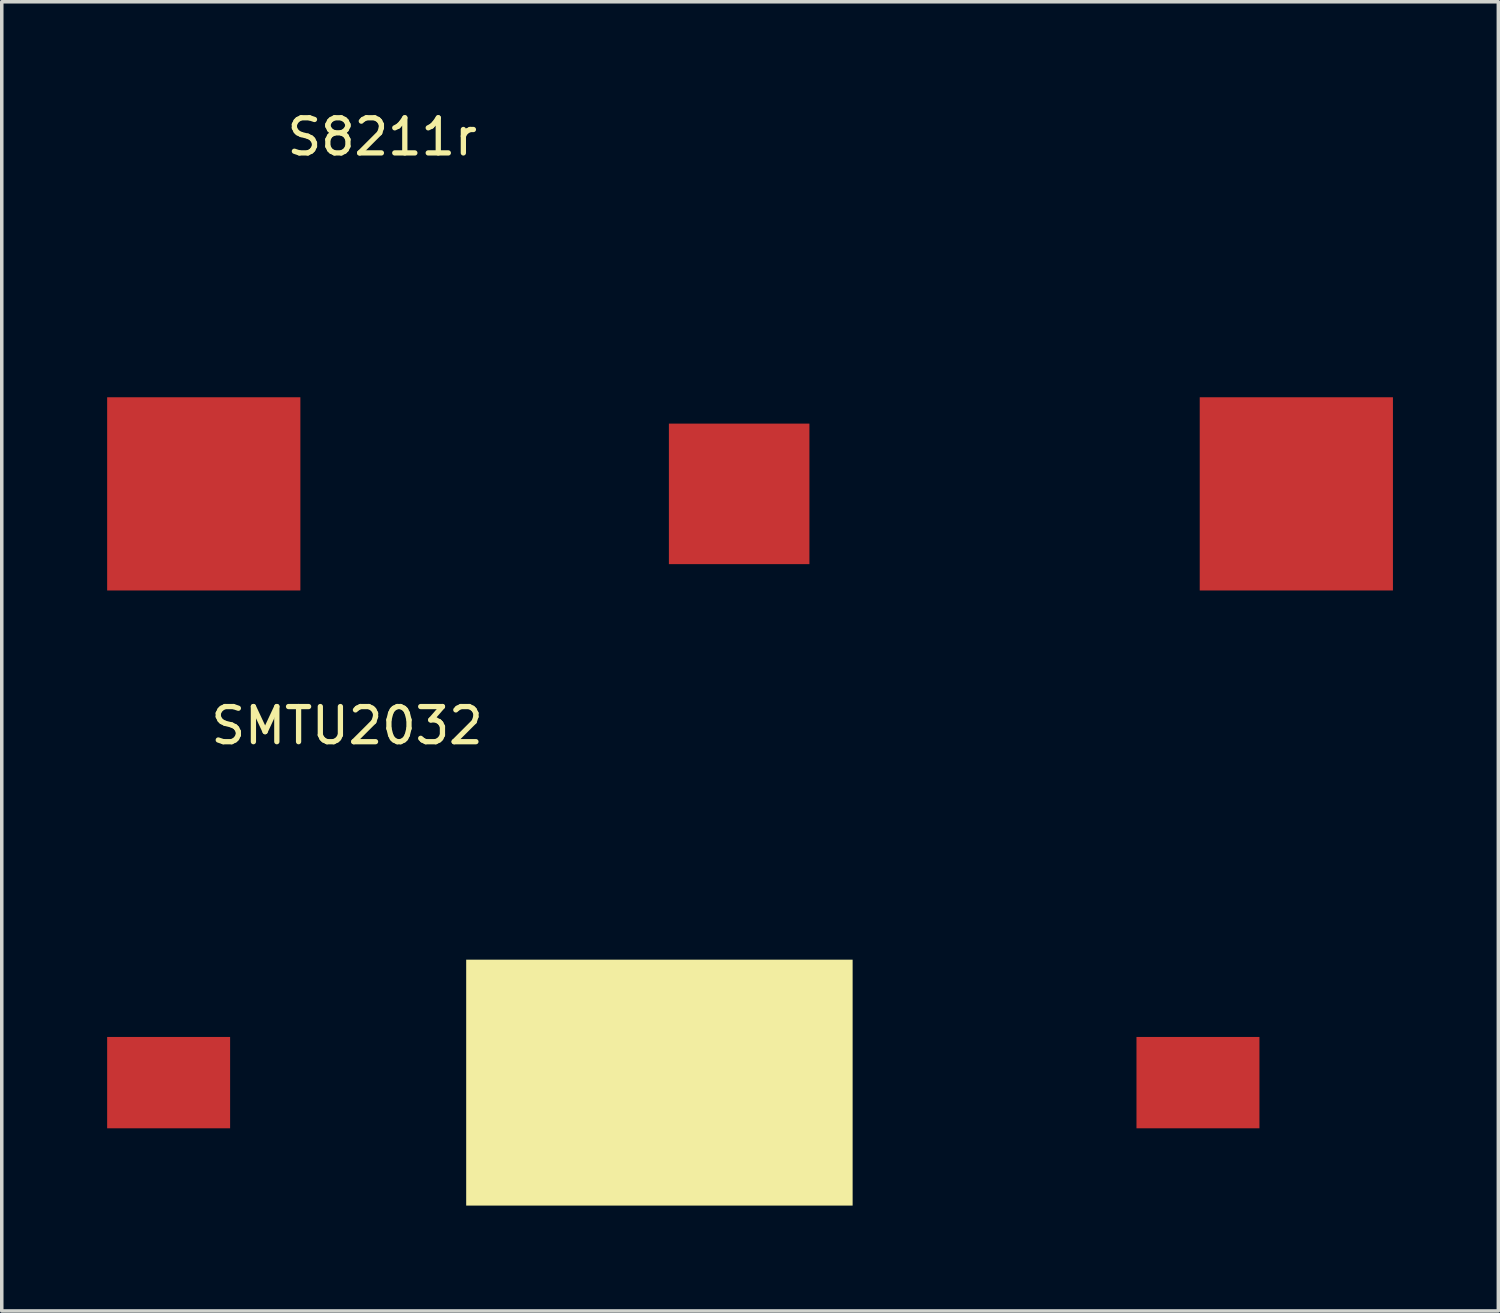
<source format=kicad_pcb>
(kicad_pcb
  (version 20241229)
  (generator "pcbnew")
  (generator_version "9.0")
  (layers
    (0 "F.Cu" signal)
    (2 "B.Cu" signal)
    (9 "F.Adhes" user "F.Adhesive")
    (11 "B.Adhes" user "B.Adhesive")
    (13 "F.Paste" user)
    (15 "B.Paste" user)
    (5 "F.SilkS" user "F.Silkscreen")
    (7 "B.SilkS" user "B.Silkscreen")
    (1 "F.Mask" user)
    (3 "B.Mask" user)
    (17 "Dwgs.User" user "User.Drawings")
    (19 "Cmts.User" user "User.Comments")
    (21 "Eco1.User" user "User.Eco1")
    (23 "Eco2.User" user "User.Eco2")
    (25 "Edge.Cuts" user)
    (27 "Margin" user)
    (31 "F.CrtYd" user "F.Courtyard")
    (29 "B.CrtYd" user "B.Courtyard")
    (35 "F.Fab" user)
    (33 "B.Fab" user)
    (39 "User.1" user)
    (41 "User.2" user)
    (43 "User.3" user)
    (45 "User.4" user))
  (footprint "SMTU2032"
    (layer "F.Cu")
    (at 1.75 27.767)
    (property "Reference" "SMTU2032" (at 5.08 -10.16 0) (layer "F.SilkS") (effects (font (size 1 1) (thickness 0.15))))
    (attr through_hole)
    (pad "" smd rect (at 13.97 0) (size 11 7) (layers "F.SilkS"))
    (pad "1" smd rect (at 29.3 0) (size 3.5 2.6) (layers "F.Cu" "F.Mask" "F.Paste"))
    (pad "2" smd rect (at 0 0) (size 3.5 2.6) (layers "F.Cu" "F.Mask" "F.Paste")))
  (footprint "S8211r"
    (layer "F.Cu")
    (at 2.75 11.008)
    (property "Reference" "S8211r" (at 5.08 -10.16 0) (layer "F.SilkS") (effects (font (size 1 1) (thickness 0.15))))
    (attr through_hole)
    (pad "" smd rect (at 15.24 0) (size 4 4) (layers "F.Cu" "F.Mask" "F.Paste"))
    (pad "1" smd rect (at 0 0) (size 5.5 5.5) (layers "F.Cu" "F.Mask" "F.Paste"))
    (pad "1" smd rect (at 31.1 0) (size 5.5 5.5) (layers "F.Cu" "F.Mask" "F.Paste")))
  (gr_rect
    (start -3 -3)
    (end 39.6 34.267)
    (stroke (width 0.1) (type default))
    (fill no)
    (layer "Edge.Cuts")))
</source>
